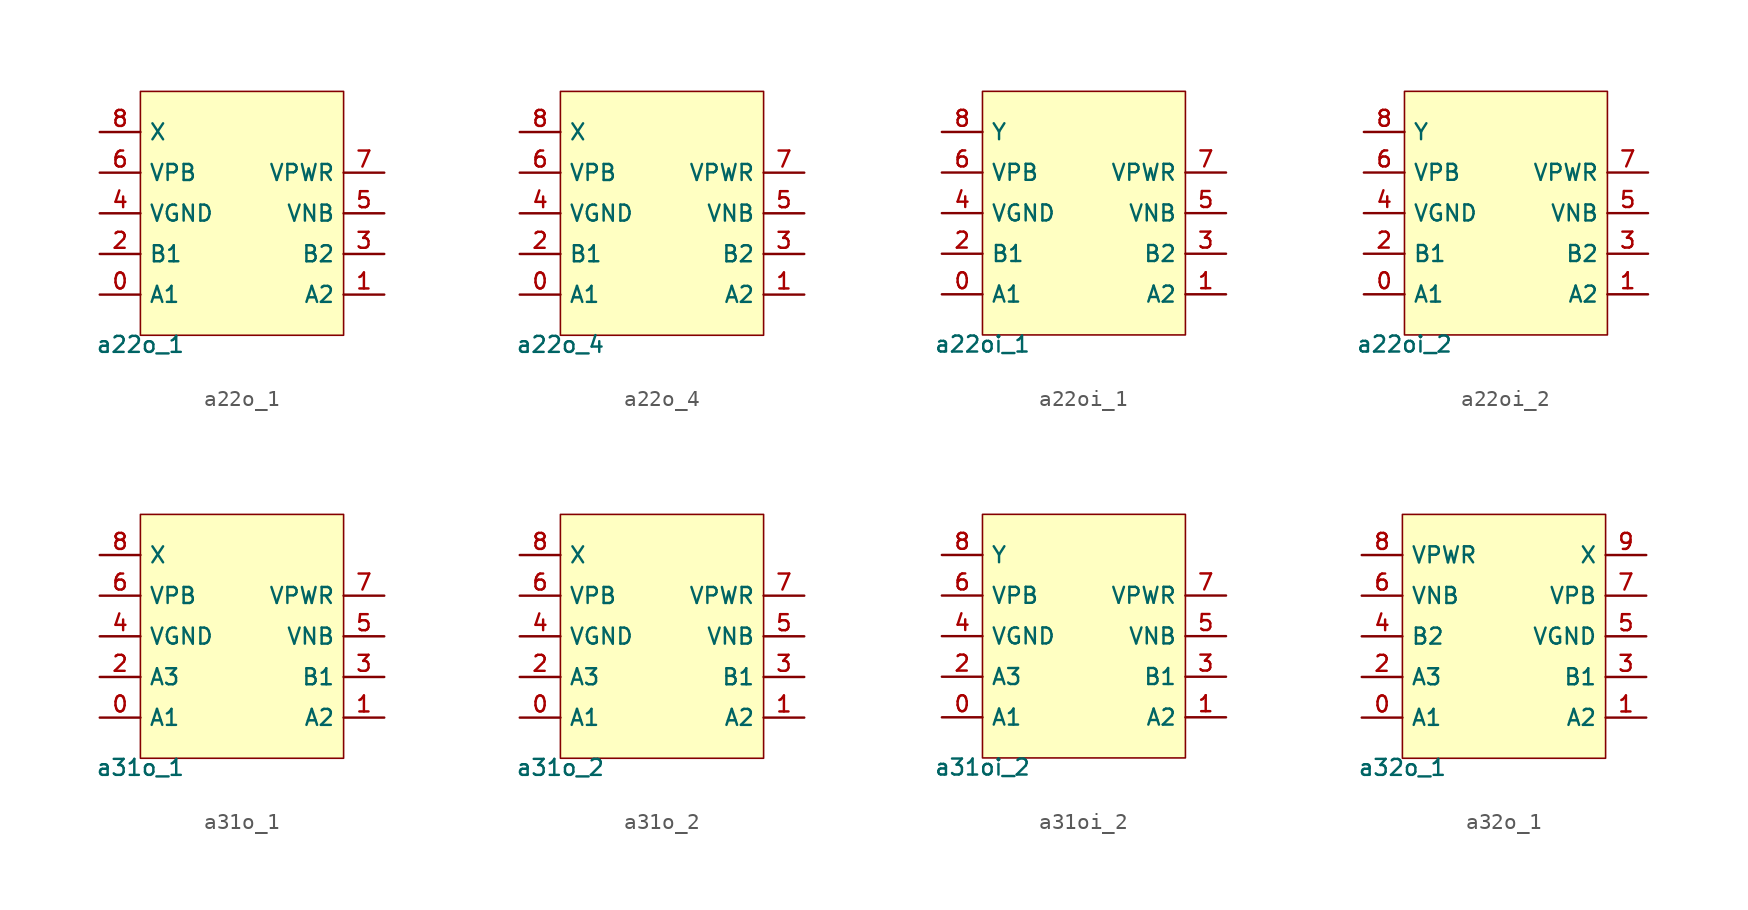
<source format=kicad_sym>
(kicad_symbol_lib
  (version 20211014)
  (generator pdk2kicad)
  (symbol "a22o_1"
    (property "Reference" "X"
      (at 0 0 0)
      (effects (font (size 1 1)) hide))
    (property "Value" "a22o_1"
      (at -6.35 -7.62 0)
      (effects (font (size 1 1)) (justify top)))
    (rectangle
      (start -6.35 -7.62)
      (end 6.35 7.62)
      (stroke (width 0.1) (type solid) (color 0 0 0 0))
      (fill (type background)))
    (pin bidirectional line
      (at -8.89 -5.08 0)
      (length 2.54)
      (name "A1" (effects (font (size 1 1)) hide))
      (number "0" (effects (font (size 1 1)) hide)))
    (pin bidirectional line
      (at 8.89 -5.08 180)
      (length 2.54)
      (name "A2" (effects (font (size 1 1)) hide))
      (number "1" (effects (font (size 1 1)) hide)))
    (pin bidirectional line
      (at -8.89 -2.54 0)
      (length 2.54)
      (name "B1" (effects (font (size 1 1)) hide))
      (number "2" (effects (font (size 1 1)) hide)))
    (pin bidirectional line
      (at 8.89 -2.54 180)
      (length 2.54)
      (name "B2" (effects (font (size 1 1)) hide))
      (number "3" (effects (font (size 1 1)) hide)))
    (pin bidirectional line
      (at -8.89 8.881784197001252e-16 0)
      (length 2.54)
      (name "VGND" (effects (font (size 1 1)) hide))
      (number "4" (effects (font (size 1 1)) hide)))
    (pin bidirectional line
      (at 8.89 8.881784197001252e-16 180)
      (length 2.54)
      (name "VNB" (effects (font (size 1 1)) hide))
      (number "5" (effects (font (size 1 1)) hide)))
    (pin bidirectional line
      (at -8.89 2.54 0)
      (length 2.54)
      (name "VPB" (effects (font (size 1 1)) hide))
      (number "6" (effects (font (size 1 1)) hide)))
    (pin bidirectional line
      (at 8.89 2.54 180)
      (length 2.54)
      (name "VPWR" (effects (font (size 1 1)) hide))
      (number "7" (effects (font (size 1 1)) hide)))
    (pin bidirectional line
      (at -8.89 5.08 0)
      (length 2.54)
      (name "X" (effects (font (size 1 1)) hide))
      (number "8" (effects (font (size 1 1)) hide))))
  (symbol "a22o_4"
    (property "Reference" "X"
      (at 0 0 0)
      (effects (font (size 1 1)) hide))
    (property "Value" "a22o_4"
      (at -6.35 -7.62 0)
      (effects (font (size 1 1)) (justify top)))
    (rectangle
      (start -6.35 -7.62)
      (end 6.35 7.62)
      (stroke (width 0.1) (type solid) (color 0 0 0 0))
      (fill (type background)))
    (pin bidirectional line
      (at -8.89 -5.08 0)
      (length 2.54)
      (name "A1" (effects (font (size 1 1)) hide))
      (number "0" (effects (font (size 1 1)) hide)))
    (pin bidirectional line
      (at 8.89 -5.08 180)
      (length 2.54)
      (name "A2" (effects (font (size 1 1)) hide))
      (number "1" (effects (font (size 1 1)) hide)))
    (pin bidirectional line
      (at -8.89 -2.54 0)
      (length 2.54)
      (name "B1" (effects (font (size 1 1)) hide))
      (number "2" (effects (font (size 1 1)) hide)))
    (pin bidirectional line
      (at 8.89 -2.54 180)
      (length 2.54)
      (name "B2" (effects (font (size 1 1)) hide))
      (number "3" (effects (font (size 1 1)) hide)))
    (pin bidirectional line
      (at -8.89 8.881784197001252e-16 0)
      (length 2.54)
      (name "VGND" (effects (font (size 1 1)) hide))
      (number "4" (effects (font (size 1 1)) hide)))
    (pin bidirectional line
      (at 8.89 8.881784197001252e-16 180)
      (length 2.54)
      (name "VNB" (effects (font (size 1 1)) hide))
      (number "5" (effects (font (size 1 1)) hide)))
    (pin bidirectional line
      (at -8.89 2.54 0)
      (length 2.54)
      (name "VPB" (effects (font (size 1 1)) hide))
      (number "6" (effects (font (size 1 1)) hide)))
    (pin bidirectional line
      (at 8.89 2.54 180)
      (length 2.54)
      (name "VPWR" (effects (font (size 1 1)) hide))
      (number "7" (effects (font (size 1 1)) hide)))
    (pin bidirectional line
      (at -8.89 5.08 0)
      (length 2.54)
      (name "X" (effects (font (size 1 1)) hide))
      (number "8" (effects (font (size 1 1)) hide))))
  (symbol "a22oi_1"
    (property "Reference" "X"
      (at 0 0 0)
      (effects (font (size 1 1)) hide))
    (property "Value" "a22oi_1"
      (at -6.35 -7.62 0)
      (effects (font (size 1 1)) (justify top)))
    (rectangle
      (start -6.35 -7.62)
      (end 6.35 7.62)
      (stroke (width 0.1) (type solid) (color 0 0 0 0))
      (fill (type background)))
    (pin bidirectional line
      (at -8.89 -5.08 0)
      (length 2.54)
      (name "A1" (effects (font (size 1 1)) hide))
      (number "0" (effects (font (size 1 1)) hide)))
    (pin bidirectional line
      (at 8.89 -5.08 180)
      (length 2.54)
      (name "A2" (effects (font (size 1 1)) hide))
      (number "1" (effects (font (size 1 1)) hide)))
    (pin bidirectional line
      (at -8.89 -2.54 0)
      (length 2.54)
      (name "B1" (effects (font (size 1 1)) hide))
      (number "2" (effects (font (size 1 1)) hide)))
    (pin bidirectional line
      (at 8.89 -2.54 180)
      (length 2.54)
      (name "B2" (effects (font (size 1 1)) hide))
      (number "3" (effects (font (size 1 1)) hide)))
    (pin bidirectional line
      (at -8.89 8.881784197001252e-16 0)
      (length 2.54)
      (name "VGND" (effects (font (size 1 1)) hide))
      (number "4" (effects (font (size 1 1)) hide)))
    (pin bidirectional line
      (at 8.89 8.881784197001252e-16 180)
      (length 2.54)
      (name "VNB" (effects (font (size 1 1)) hide))
      (number "5" (effects (font (size 1 1)) hide)))
    (pin bidirectional line
      (at -8.89 2.54 0)
      (length 2.54)
      (name "VPB" (effects (font (size 1 1)) hide))
      (number "6" (effects (font (size 1 1)) hide)))
    (pin bidirectional line
      (at 8.89 2.54 180)
      (length 2.54)
      (name "VPWR" (effects (font (size 1 1)) hide))
      (number "7" (effects (font (size 1 1)) hide)))
    (pin bidirectional line
      (at -8.89 5.08 0)
      (length 2.54)
      (name "Y" (effects (font (size 1 1)) hide))
      (number "8" (effects (font (size 1 1)) hide))))
  (symbol "a22oi_2"
    (property "Reference" "X"
      (at 0 0 0)
      (effects (font (size 1 1)) hide))
    (property "Value" "a22oi_2"
      (at -6.35 -7.62 0)
      (effects (font (size 1 1)) (justify top)))
    (rectangle
      (start -6.35 -7.62)
      (end 6.35 7.62)
      (stroke (width 0.1) (type solid) (color 0 0 0 0))
      (fill (type background)))
    (pin bidirectional line
      (at -8.89 -5.08 0)
      (length 2.54)
      (name "A1" (effects (font (size 1 1)) hide))
      (number "0" (effects (font (size 1 1)) hide)))
    (pin bidirectional line
      (at 8.89 -5.08 180)
      (length 2.54)
      (name "A2" (effects (font (size 1 1)) hide))
      (number "1" (effects (font (size 1 1)) hide)))
    (pin bidirectional line
      (at -8.89 -2.54 0)
      (length 2.54)
      (name "B1" (effects (font (size 1 1)) hide))
      (number "2" (effects (font (size 1 1)) hide)))
    (pin bidirectional line
      (at 8.89 -2.54 180)
      (length 2.54)
      (name "B2" (effects (font (size 1 1)) hide))
      (number "3" (effects (font (size 1 1)) hide)))
    (pin bidirectional line
      (at -8.89 8.881784197001252e-16 0)
      (length 2.54)
      (name "VGND" (effects (font (size 1 1)) hide))
      (number "4" (effects (font (size 1 1)) hide)))
    (pin bidirectional line
      (at 8.89 8.881784197001252e-16 180)
      (length 2.54)
      (name "VNB" (effects (font (size 1 1)) hide))
      (number "5" (effects (font (size 1 1)) hide)))
    (pin bidirectional line
      (at -8.89 2.54 0)
      (length 2.54)
      (name "VPB" (effects (font (size 1 1)) hide))
      (number "6" (effects (font (size 1 1)) hide)))
    (pin bidirectional line
      (at 8.89 2.54 180)
      (length 2.54)
      (name "VPWR" (effects (font (size 1 1)) hide))
      (number "7" (effects (font (size 1 1)) hide)))
    (pin bidirectional line
      (at -8.89 5.08 0)
      (length 2.54)
      (name "Y" (effects (font (size 1 1)) hide))
      (number "8" (effects (font (size 1 1)) hide))))
  (symbol "a31o_1"
    (property "Reference" "X"
      (at 0 0 0)
      (effects (font (size 1 1)) hide))
    (property "Value" "a31o_1"
      (at -6.35 -7.62 0)
      (effects (font (size 1 1)) (justify top)))
    (rectangle
      (start -6.35 -7.62)
      (end 6.35 7.62)
      (stroke (width 0.1) (type solid) (color 0 0 0 0))
      (fill (type background)))
    (pin bidirectional line
      (at -8.89 -5.08 0)
      (length 2.54)
      (name "A1" (effects (font (size 1 1)) hide))
      (number "0" (effects (font (size 1 1)) hide)))
    (pin bidirectional line
      (at 8.89 -5.08 180)
      (length 2.54)
      (name "A2" (effects (font (size 1 1)) hide))
      (number "1" (effects (font (size 1 1)) hide)))
    (pin bidirectional line
      (at -8.89 -2.54 0)
      (length 2.54)
      (name "A3" (effects (font (size 1 1)) hide))
      (number "2" (effects (font (size 1 1)) hide)))
    (pin bidirectional line
      (at 8.89 -2.54 180)
      (length 2.54)
      (name "B1" (effects (font (size 1 1)) hide))
      (number "3" (effects (font (size 1 1)) hide)))
    (pin bidirectional line
      (at -8.89 8.881784197001252e-16 0)
      (length 2.54)
      (name "VGND" (effects (font (size 1 1)) hide))
      (number "4" (effects (font (size 1 1)) hide)))
    (pin bidirectional line
      (at 8.89 8.881784197001252e-16 180)
      (length 2.54)
      (name "VNB" (effects (font (size 1 1)) hide))
      (number "5" (effects (font (size 1 1)) hide)))
    (pin bidirectional line
      (at -8.89 2.54 0)
      (length 2.54)
      (name "VPB" (effects (font (size 1 1)) hide))
      (number "6" (effects (font (size 1 1)) hide)))
    (pin bidirectional line
      (at 8.89 2.54 180)
      (length 2.54)
      (name "VPWR" (effects (font (size 1 1)) hide))
      (number "7" (effects (font (size 1 1)) hide)))
    (pin bidirectional line
      (at -8.89 5.08 0)
      (length 2.54)
      (name "X" (effects (font (size 1 1)) hide))
      (number "8" (effects (font (size 1 1)) hide))))
  (symbol "a31o_2"
    (property "Reference" "X"
      (at 0 0 0)
      (effects (font (size 1 1)) hide))
    (property "Value" "a31o_2"
      (at -6.35 -7.62 0)
      (effects (font (size 1 1)) (justify top)))
    (rectangle
      (start -6.35 -7.62)
      (end 6.35 7.62)
      (stroke (width 0.1) (type solid) (color 0 0 0 0))
      (fill (type background)))
    (pin bidirectional line
      (at -8.89 -5.08 0)
      (length 2.54)
      (name "A1" (effects (font (size 1 1)) hide))
      (number "0" (effects (font (size 1 1)) hide)))
    (pin bidirectional line
      (at 8.89 -5.08 180)
      (length 2.54)
      (name "A2" (effects (font (size 1 1)) hide))
      (number "1" (effects (font (size 1 1)) hide)))
    (pin bidirectional line
      (at -8.89 -2.54 0)
      (length 2.54)
      (name "A3" (effects (font (size 1 1)) hide))
      (number "2" (effects (font (size 1 1)) hide)))
    (pin bidirectional line
      (at 8.89 -2.54 180)
      (length 2.54)
      (name "B1" (effects (font (size 1 1)) hide))
      (number "3" (effects (font (size 1 1)) hide)))
    (pin bidirectional line
      (at -8.89 8.881784197001252e-16 0)
      (length 2.54)
      (name "VGND" (effects (font (size 1 1)) hide))
      (number "4" (effects (font (size 1 1)) hide)))
    (pin bidirectional line
      (at 8.89 8.881784197001252e-16 180)
      (length 2.54)
      (name "VNB" (effects (font (size 1 1)) hide))
      (number "5" (effects (font (size 1 1)) hide)))
    (pin bidirectional line
      (at -8.89 2.54 0)
      (length 2.54)
      (name "VPB" (effects (font (size 1 1)) hide))
      (number "6" (effects (font (size 1 1)) hide)))
    (pin bidirectional line
      (at 8.89 2.54 180)
      (length 2.54)
      (name "VPWR" (effects (font (size 1 1)) hide))
      (number "7" (effects (font (size 1 1)) hide)))
    (pin bidirectional line
      (at -8.89 5.08 0)
      (length 2.54)
      (name "X" (effects (font (size 1 1)) hide))
      (number "8" (effects (font (size 1 1)) hide))))
  (symbol "a31oi_2"
    (property "Reference" "X"
      (at 0 0 0)
      (effects (font (size 1 1)) hide))
    (property "Value" "a31oi_2"
      (at -6.35 -7.62 0)
      (effects (font (size 1 1)) (justify top)))
    (rectangle
      (start -6.35 -7.62)
      (end 6.35 7.62)
      (stroke (width 0.1) (type solid) (color 0 0 0 0))
      (fill (type background)))
    (pin bidirectional line
      (at -8.89 -5.08 0)
      (length 2.54)
      (name "A1" (effects (font (size 1 1)) hide))
      (number "0" (effects (font (size 1 1)) hide)))
    (pin bidirectional line
      (at 8.89 -5.08 180)
      (length 2.54)
      (name "A2" (effects (font (size 1 1)) hide))
      (number "1" (effects (font (size 1 1)) hide)))
    (pin bidirectional line
      (at -8.89 -2.54 0)
      (length 2.54)
      (name "A3" (effects (font (size 1 1)) hide))
      (number "2" (effects (font (size 1 1)) hide)))
    (pin bidirectional line
      (at 8.89 -2.54 180)
      (length 2.54)
      (name "B1" (effects (font (size 1 1)) hide))
      (number "3" (effects (font (size 1 1)) hide)))
    (pin bidirectional line
      (at -8.89 8.881784197001252e-16 0)
      (length 2.54)
      (name "VGND" (effects (font (size 1 1)) hide))
      (number "4" (effects (font (size 1 1)) hide)))
    (pin bidirectional line
      (at 8.89 8.881784197001252e-16 180)
      (length 2.54)
      (name "VNB" (effects (font (size 1 1)) hide))
      (number "5" (effects (font (size 1 1)) hide)))
    (pin bidirectional line
      (at -8.89 2.54 0)
      (length 2.54)
      (name "VPB" (effects (font (size 1 1)) hide))
      (number "6" (effects (font (size 1 1)) hide)))
    (pin bidirectional line
      (at 8.89 2.54 180)
      (length 2.54)
      (name "VPWR" (effects (font (size 1 1)) hide))
      (number "7" (effects (font (size 1 1)) hide)))
    (pin bidirectional line
      (at -8.89 5.08 0)
      (length 2.54)
      (name "Y" (effects (font (size 1 1)) hide))
      (number "8" (effects (font (size 1 1)) hide))))
  (symbol "a32o_1"
    (property "Reference" "X"
      (at 0 0 0)
      (effects (font (size 1 1)) hide))
    (property "Value" "a32o_1"
      (at -6.35 -7.62 0)
      (effects (font (size 1 1)) (justify top)))
    (rectangle
      (start -6.35 -7.62)
      (end 6.35 7.62)
      (stroke (width 0.1) (type solid) (color 0 0 0 0))
      (fill (type background)))
    (pin bidirectional line
      (at -8.89 -5.08 0)
      (length 2.54)
      (name "A1" (effects (font (size 1 1)) hide))
      (number "0" (effects (font (size 1 1)) hide)))
    (pin bidirectional line
      (at 8.89 -5.08 180)
      (length 2.54)
      (name "A2" (effects (font (size 1 1)) hide))
      (number "1" (effects (font (size 1 1)) hide)))
    (pin bidirectional line
      (at -8.89 -2.54 0)
      (length 2.54)
      (name "A3" (effects (font (size 1 1)) hide))
      (number "2" (effects (font (size 1 1)) hide)))
    (pin bidirectional line
      (at 8.89 -2.54 180)
      (length 2.54)
      (name "B1" (effects (font (size 1 1)) hide))
      (number "3" (effects (font (size 1 1)) hide)))
    (pin bidirectional line
      (at -8.89 8.881784197001252e-16 0)
      (length 2.54)
      (name "B2" (effects (font (size 1 1)) hide))
      (number "4" (effects (font (size 1 1)) hide)))
    (pin bidirectional line
      (at 8.89 8.881784197001252e-16 180)
      (length 2.54)
      (name "VGND" (effects (font (size 1 1)) hide))
      (number "5" (effects (font (size 1 1)) hide)))
    (pin bidirectional line
      (at -8.89 2.54 0)
      (length 2.54)
      (name "VNB" (effects (font (size 1 1)) hide))
      (number "6" (effects (font (size 1 1)) hide)))
    (pin bidirectional line
      (at 8.89 2.54 180)
      (length 2.54)
      (name "VPB" (effects (font (size 1 1)) hide))
      (number "7" (effects (font (size 1 1)) hide)))
    (pin bidirectional line
      (at -8.89 5.08 0)
      (length 2.54)
      (name "VPWR" (effects (font (size 1 1)) hide))
      (number "8" (effects (font (size 1 1)) hide)))
    (pin bidirectional line
      (at 8.89 5.08 180)
      (length 2.54)
      (name "X" (effects (font (size 1 1)) hide))
      (number "9" (effects (font (size 1 1)) hide)))))
</source>
